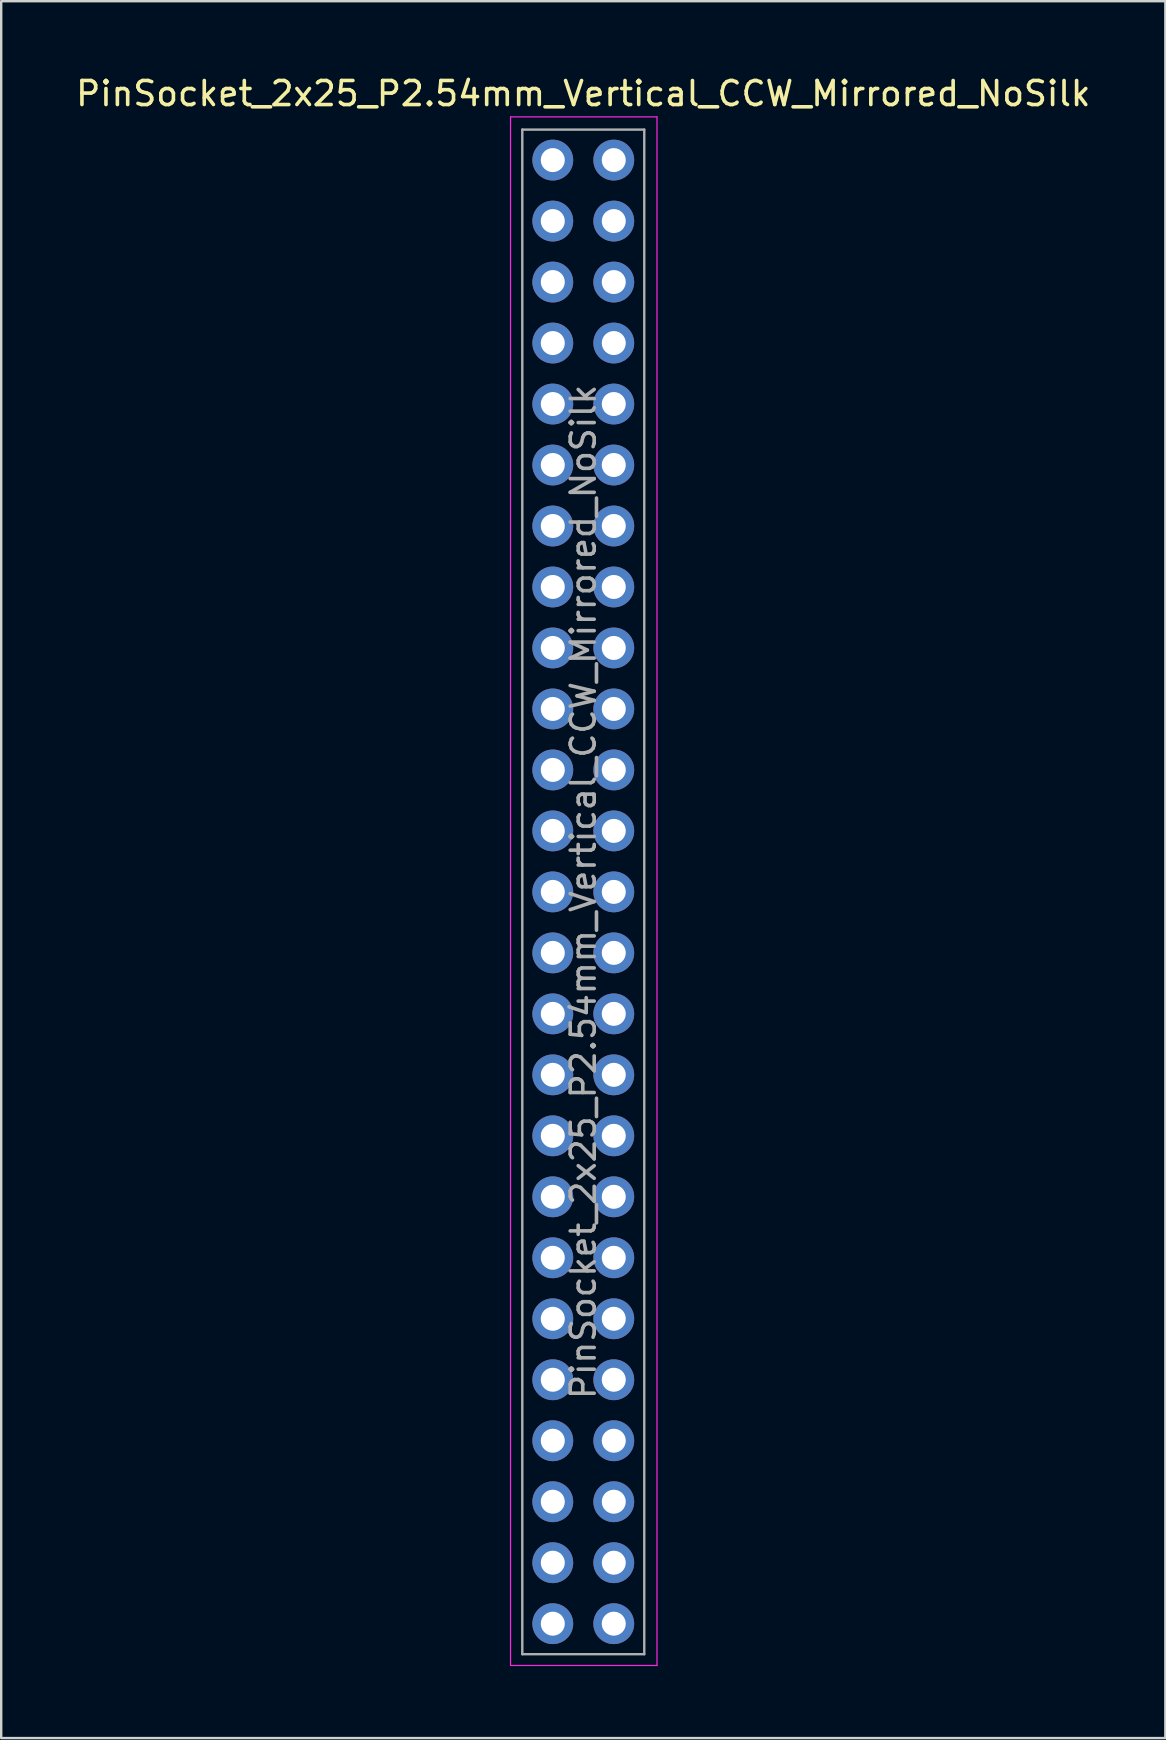
<source format=kicad_pcb>
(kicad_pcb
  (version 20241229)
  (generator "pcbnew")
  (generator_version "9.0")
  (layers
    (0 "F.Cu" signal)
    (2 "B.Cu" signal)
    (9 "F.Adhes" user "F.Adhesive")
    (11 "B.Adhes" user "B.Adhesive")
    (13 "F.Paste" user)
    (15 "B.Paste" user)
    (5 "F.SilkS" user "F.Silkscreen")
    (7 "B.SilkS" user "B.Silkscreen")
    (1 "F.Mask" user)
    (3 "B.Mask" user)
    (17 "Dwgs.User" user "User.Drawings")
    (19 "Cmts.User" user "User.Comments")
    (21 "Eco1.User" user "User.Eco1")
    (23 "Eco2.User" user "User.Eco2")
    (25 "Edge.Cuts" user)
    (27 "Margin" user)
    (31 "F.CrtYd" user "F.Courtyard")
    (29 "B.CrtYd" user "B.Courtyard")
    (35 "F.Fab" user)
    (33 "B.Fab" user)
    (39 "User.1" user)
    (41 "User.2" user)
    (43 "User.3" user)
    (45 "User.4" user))
  (footprint "PinSocket_2x25_P2.54mm_Vertical_CCW_Mirrored_NoSilk"
    (layer "F.Cu")
    (at 22.514 3.618)
    (property "Reference" "PinSocket_2x25_P2.54mm_Vertical_CCW_Mirrored_NoSilk" (at -1.27 -2.77 0) (layer "F.SilkS") (effects (font (size 1 1) (thickness 0.15))))
    (attr through_hole)
    (fp_line (start -4.3 -1.8) (end -4.3 62.7) (stroke (width 0.05) (type solid)) (layer "F.CrtYd"))
    (fp_line (start -4.3 62.7) (end 1.8 62.7) (stroke (width 0.05) (type solid)) (layer "F.CrtYd"))
    (fp_line (start 1.8 -1.8) (end -4.3 -1.8) (stroke (width 0.05) (type solid)) (layer "F.CrtYd"))
    (fp_line (start 1.8 62.7) (end 1.8 -1.8) (stroke (width 0.05) (type solid)) (layer "F.CrtYd"))
    (fp_line (start -3.81 -1.27) (end -3.81 62.23) (stroke (width 0.1) (type solid)) (layer "F.Fab"))
    (fp_line (start -3.81 62.23) (end 1.27 62.23) (stroke (width 0.1) (type solid)) (layer "F.Fab"))
    (fp_line (start 1.27 -1.27) (end -3.81 -1.27) (stroke (width 0.1) (type solid)) (layer "F.Fab"))
    (fp_line (start 1.27 62.23) (end 1.27 -1.27) (stroke (width 0.1) (type solid)) (layer "F.Fab"))
    (fp_text user "${REFERENCE}" (at -1.27 30.48 90) (layer "F.Fab") (effects (font (size 1 1) (thickness 0.15))))
    (pad "1" thru_hole oval (at -2.54 0) (size 1.7 1.7) (drill 1) (layers "*.Cu" "*.Mask"))
    (pad "2" thru_hole oval (at -2.54 2.54) (size 1.7 1.7) (drill 1) (layers "*.Cu" "*.Mask"))
    (pad "3" thru_hole oval (at -2.54 5.08) (size 1.7 1.7) (drill 1) (layers "*.Cu" "*.Mask"))
    (pad "4" thru_hole oval (at -2.54 7.62) (size 1.7 1.7) (drill 1) (layers "*.Cu" "*.Mask"))
    (pad "5" thru_hole oval (at -2.54 10.16) (size 1.7 1.7) (drill 1) (layers "*.Cu" "*.Mask"))
    (pad "6" thru_hole oval (at -2.54 12.7) (size 1.7 1.7) (drill 1) (layers "*.Cu" "*.Mask"))
    (pad "7" thru_hole oval (at -2.54 15.24) (size 1.7 1.7) (drill 1) (layers "*.Cu" "*.Mask"))
    (pad "8" thru_hole oval (at -2.54 17.78) (size 1.7 1.7) (drill 1) (layers "*.Cu" "*.Mask"))
    (pad "9" thru_hole oval (at -2.54 20.32) (size 1.7 1.7) (drill 1) (layers "*.Cu" "*.Mask"))
    (pad "10" thru_hole oval (at -2.54 22.86) (size 1.7 1.7) (drill 1) (layers "*.Cu" "*.Mask"))
    (pad "11" thru_hole oval (at -2.54 25.4) (size 1.7 1.7) (drill 1) (layers "*.Cu" "*.Mask"))
    (pad "12" thru_hole oval (at -2.54 27.94) (size 1.7 1.7) (drill 1) (layers "*.Cu" "*.Mask"))
    (pad "13" thru_hole oval (at -2.54 30.48) (size 1.7 1.7) (drill 1) (layers "*.Cu" "*.Mask"))
    (pad "14" thru_hole oval (at -2.54 33.02) (size 1.7 1.7) (drill 1) (layers "*.Cu" "*.Mask"))
    (pad "15" thru_hole oval (at -2.54 35.56) (size 1.7 1.7) (drill 1) (layers "*.Cu" "*.Mask"))
    (pad "16" thru_hole oval (at -2.54 38.1) (size 1.7 1.7) (drill 1) (layers "*.Cu" "*.Mask"))
    (pad "17" thru_hole oval (at -2.54 40.64) (size 1.7 1.7) (drill 1) (layers "*.Cu" "*.Mask"))
    (pad "18" thru_hole oval (at -2.54 43.18) (size 1.7 1.7) (drill 1) (layers "*.Cu" "*.Mask"))
    (pad "19" thru_hole oval (at -2.54 45.72) (size 1.7 1.7) (drill 1) (layers "*.Cu" "*.Mask"))
    (pad "20" thru_hole oval (at -2.54 48.26) (size 1.7 1.7) (drill 1) (layers "*.Cu" "*.Mask"))
    (pad "21" thru_hole oval (at -2.54 50.8) (size 1.7 1.7) (drill 1) (layers "*.Cu" "*.Mask"))
    (pad "22" thru_hole oval (at -2.54 53.34) (size 1.7 1.7) (drill 1) (layers "*.Cu" "*.Mask"))
    (pad "23" thru_hole oval (at -2.54 55.88) (size 1.7 1.7) (drill 1) (layers "*.Cu" "*.Mask"))
    (pad "24" thru_hole oval (at -2.54 58.42) (size 1.7 1.7) (drill 1) (layers "*.Cu" "*.Mask"))
    (pad "25" thru_hole oval (at -2.54 60.96) (size 1.7 1.7) (drill 1) (layers "*.Cu" "*.Mask"))
    (pad "26" thru_hole oval (at 0 60.96) (size 1.7 1.7) (drill 1) (layers "*.Cu" "*.Mask"))
    (pad "27" thru_hole oval (at 0 58.42) (size 1.7 1.7) (drill 1) (layers "*.Cu" "*.Mask"))
    (pad "28" thru_hole oval (at 0 55.88) (size 1.7 1.7) (drill 1) (layers "*.Cu" "*.Mask"))
    (pad "29" thru_hole oval (at 0 53.34) (size 1.7 1.7) (drill 1) (layers "*.Cu" "*.Mask"))
    (pad "30" thru_hole oval (at 0 50.8) (size 1.7 1.7) (drill 1) (layers "*.Cu" "*.Mask"))
    (pad "31" thru_hole oval (at 0 48.26) (size 1.7 1.7) (drill 1) (layers "*.Cu" "*.Mask"))
    (pad "32" thru_hole oval (at 0 45.72) (size 1.7 1.7) (drill 1) (layers "*.Cu" "*.Mask"))
    (pad "33" thru_hole oval (at 0 43.18) (size 1.7 1.7) (drill 1) (layers "*.Cu" "*.Mask"))
    (pad "34" thru_hole oval (at 0 40.64) (size 1.7 1.7) (drill 1) (layers "*.Cu" "*.Mask"))
    (pad "35" thru_hole oval (at 0 38.1) (size 1.7 1.7) (drill 1) (layers "*.Cu" "*.Mask"))
    (pad "36" thru_hole oval (at 0 35.56) (size 1.7 1.7) (drill 1) (layers "*.Cu" "*.Mask"))
    (pad "37" thru_hole oval (at 0 33.02) (size 1.7 1.7) (drill 1) (layers "*.Cu" "*.Mask"))
    (pad "38" thru_hole oval (at 0 30.48) (size 1.7 1.7) (drill 1) (layers "*.Cu" "*.Mask"))
    (pad "39" thru_hole oval (at 0 27.94) (size 1.7 1.7) (drill 1) (layers "*.Cu" "*.Mask"))
    (pad "40" thru_hole oval (at 0 25.4) (size 1.7 1.7) (drill 1) (layers "*.Cu" "*.Mask"))
    (pad "41" thru_hole oval (at 0 22.86) (size 1.7 1.7) (drill 1) (layers "*.Cu" "*.Mask"))
    (pad "42" thru_hole oval (at 0 20.32) (size 1.7 1.7) (drill 1) (layers "*.Cu" "*.Mask"))
    (pad "43" thru_hole oval (at 0 17.78) (size 1.7 1.7) (drill 1) (layers "*.Cu" "*.Mask"))
    (pad "44" thru_hole oval (at 0 15.24) (size 1.7 1.7) (drill 1) (layers "*.Cu" "*.Mask"))
    (pad "45" thru_hole oval (at 0 12.7) (size 1.7 1.7) (drill 1) (layers "*.Cu" "*.Mask"))
    (pad "46" thru_hole oval (at 0 10.16) (size 1.7 1.7) (drill 1) (layers "*.Cu" "*.Mask"))
    (pad "47" thru_hole oval (at 0 7.62) (size 1.7 1.7) (drill 1) (layers "*.Cu" "*.Mask"))
    (pad "48" thru_hole oval (at 0 5.08) (size 1.7 1.7) (drill 1) (layers "*.Cu" "*.Mask"))
    (pad "49" thru_hole oval (at 0 2.54) (size 1.7 1.7) (drill 1) (layers "*.Cu" "*.Mask"))
    (pad "50" thru_hole oval (at 0 0) (size 1.7 1.7) (drill 1) (layers "*.Cu" "*.Mask")))
  (gr_rect
    (start -3 -3)
    (end 45.488 69.343)
    (stroke (width 0.1) (type default))
    (fill no)
    (layer "Edge.Cuts")))
</source>
